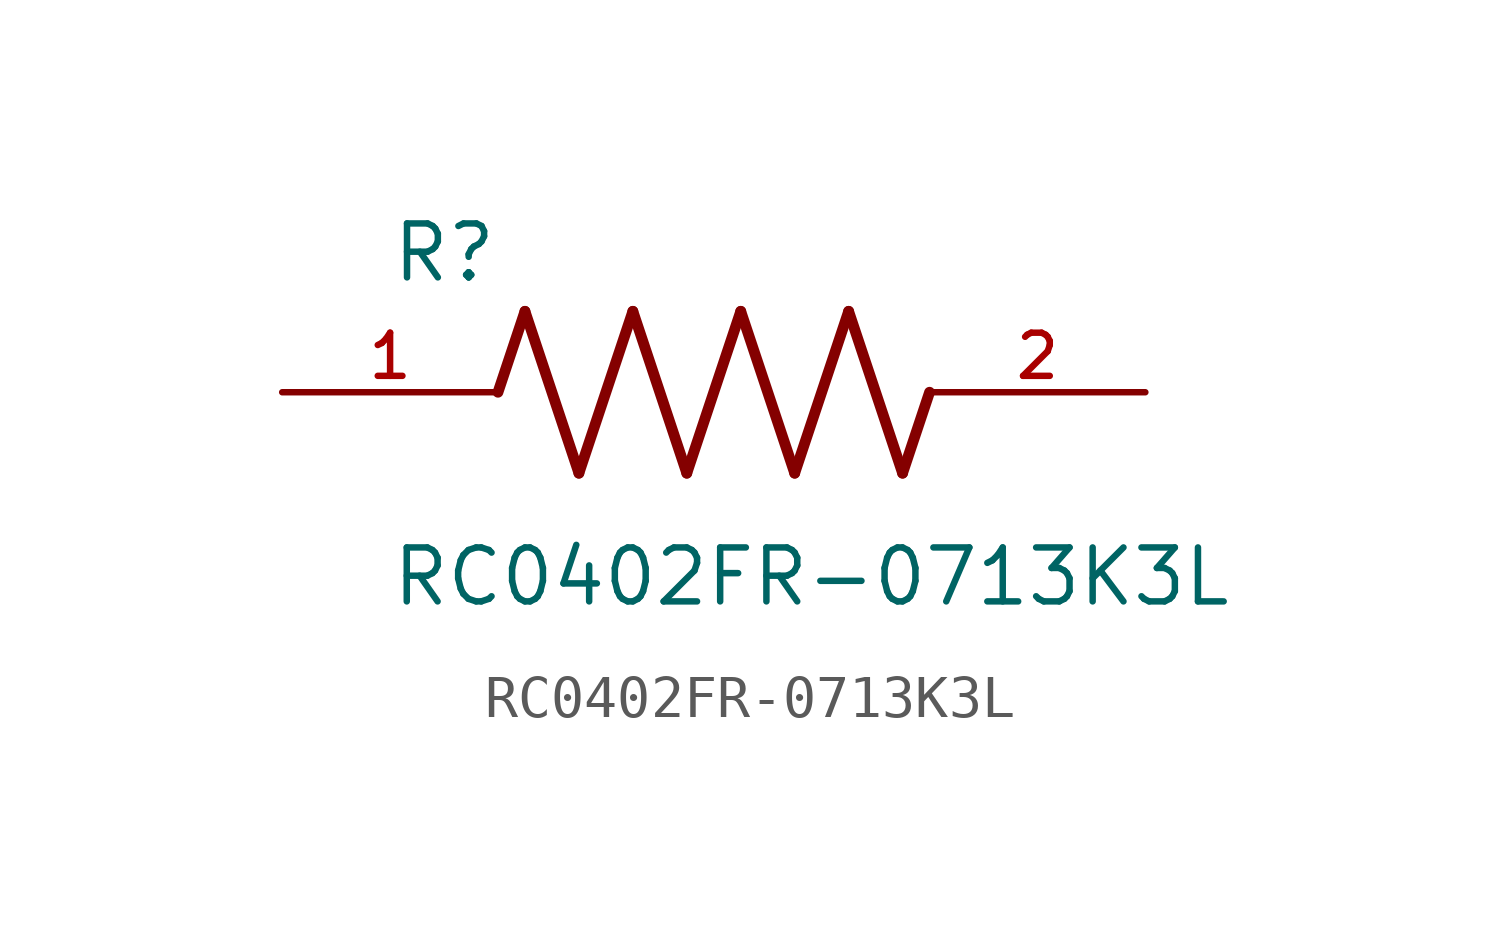
<source format=kicad_sym>
(kicad_symbol_lib
  (version 20211014)
  (generator kicad_symbol_editor)
  (symbol "RC0402FR-0713K3L"
    (pin_names
      (offset 1.016))
    (property "Reference" "R"
      (at -7.624 2.541 0)
      (effects (font (size 1.27 1.27)) (justify bottom left)))
    (property "Value" "RC0402FR-0713K3L"
      (at -7.63 -5.087 0)
      (effects (font (size 1.27 1.27)) (justify bottom left)))
    (symbol "RC0402FR-0713K3L_0_0"
      (polyline (pts (xy -5.08 0.0) (xy -4.445 1.905)) (stroke (width 0.254)))
      (polyline (pts (xy -4.445 1.905) (xy -3.175 -1.905)) (stroke (width 0.254)))
      (polyline (pts (xy -3.175 -1.905) (xy -1.905 1.905)) (stroke (width 0.254)))
      (polyline (pts (xy -1.905 1.905) (xy -0.635 -1.905)) (stroke (width 0.254)))
      (polyline (pts (xy -0.635 -1.905) (xy 0.635 1.905)) (stroke (width 0.254)))
      (polyline (pts (xy 0.635 1.905) (xy 1.905 -1.905)) (stroke (width 0.254)))
      (polyline (pts (xy 1.905 -1.905) (xy 3.175 1.905)) (stroke (width 0.254)))
      (polyline (pts (xy 3.175 1.905) (xy 4.445 -1.905)) (stroke (width 0.254)))
      (polyline (pts (xy 4.445 -1.905) (xy 5.08 0.0)) (stroke (width 0.254)))
      (pin passive line (at -10.16 0.0 0) (length 5.08) (name "~" (effects (font (size 1.016 1.016)))) (number "1" (effects (font (size 1.016 1.016)))))
      (pin passive line (at 10.16 0.0 180.0) (length 5.08) (name "~" (effects (font (size 1.016 1.016)))) (number "2" (effects (font (size 1.016 1.016))))))))
</source>
